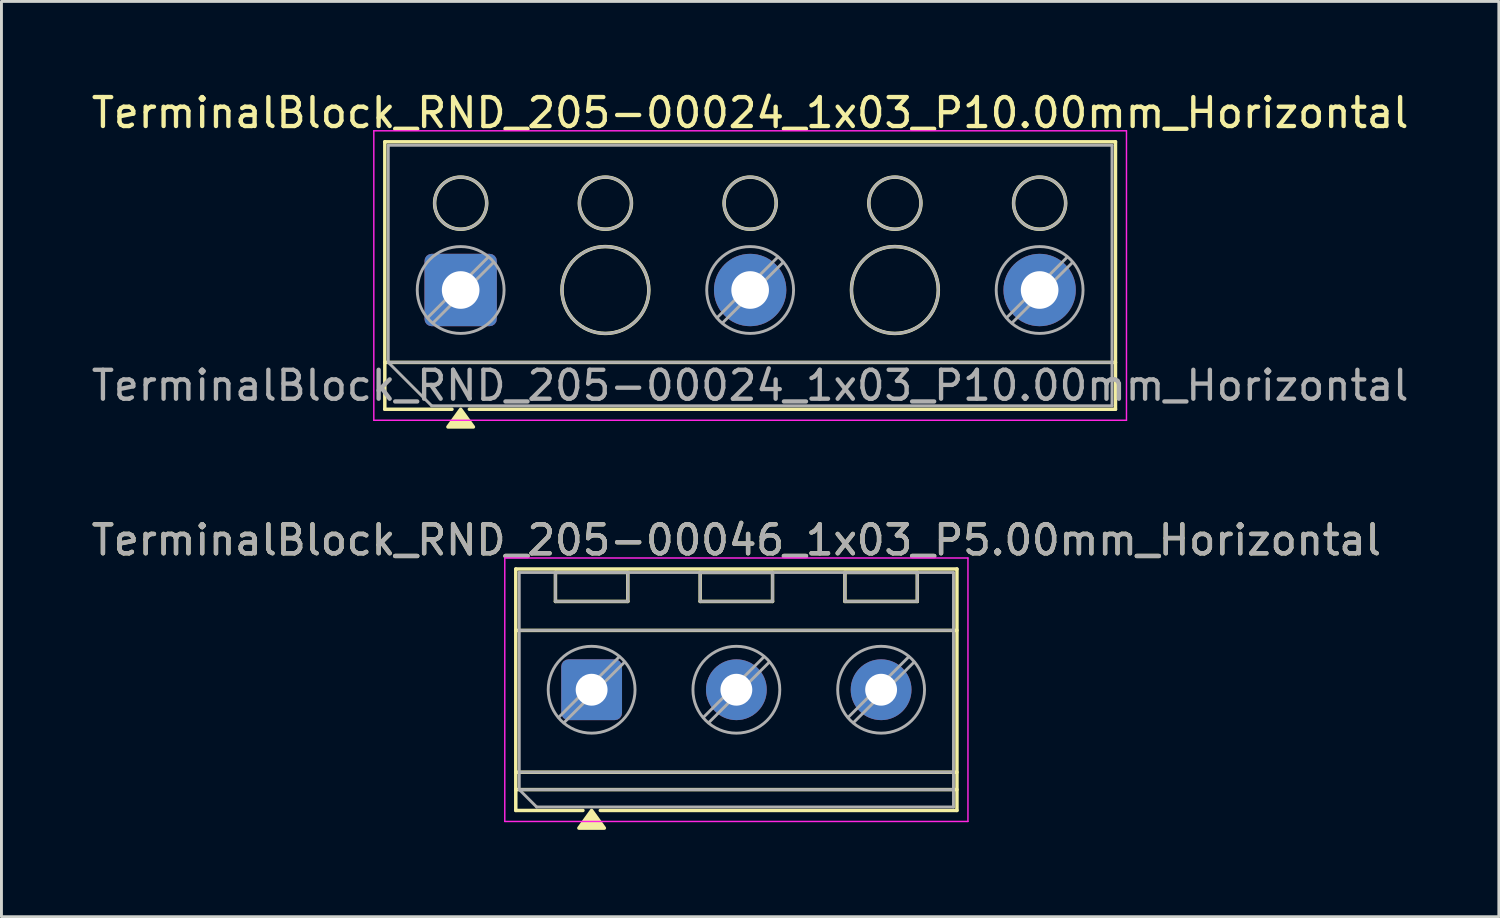
<source format=kicad_pcb>
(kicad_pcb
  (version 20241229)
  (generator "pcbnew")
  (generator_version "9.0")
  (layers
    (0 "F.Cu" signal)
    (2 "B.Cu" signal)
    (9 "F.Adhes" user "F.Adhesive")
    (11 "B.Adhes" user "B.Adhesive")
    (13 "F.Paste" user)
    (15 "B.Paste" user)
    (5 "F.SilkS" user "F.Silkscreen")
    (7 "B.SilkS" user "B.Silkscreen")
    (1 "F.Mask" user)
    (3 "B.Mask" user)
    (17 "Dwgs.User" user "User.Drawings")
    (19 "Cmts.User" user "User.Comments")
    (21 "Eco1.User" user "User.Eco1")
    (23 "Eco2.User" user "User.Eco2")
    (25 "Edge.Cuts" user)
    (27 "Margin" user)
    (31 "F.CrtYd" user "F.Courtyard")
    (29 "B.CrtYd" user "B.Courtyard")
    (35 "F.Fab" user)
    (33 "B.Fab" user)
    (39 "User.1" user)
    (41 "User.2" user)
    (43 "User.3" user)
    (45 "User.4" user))
  (footprint "TerminalBlock_RND_205-00024_1x03_P10.00mm_Horizontal"
    (layer "F.Cu")
    (at 12.863 6.968)
    (property "Reference" "TerminalBlock_RND_205-00024_1x03_P10.00mm_Horizontal" (at 10 -6.12 0) (layer "F.SilkS") (effects (font (size 1 1) (thickness 0.15))))
    (attr through_hole)
    (fp_line (start -2.62 -5.12) (end -2.62 4.12) (stroke (width 0.12) (type solid)) (layer "F.SilkS"))
    (fp_line (start -2.62 -5.12) (end 22.62 -5.12) (stroke (width 0.12) (type solid)) (layer "F.SilkS"))
    (fp_line (start -2.62 2.5) (end 22.62 2.5) (stroke (width 0.12) (type solid)) (layer "F.SilkS"))
    (fp_line (start -2.62 4.12) (end -0.3 4.12) (stroke (width 0.12) (type solid)) (layer "F.SilkS"))
    (fp_line (start 0.3 4.12) (end 22.62 4.12) (stroke (width 0.12) (type solid)) (layer "F.SilkS"))
    (fp_line (start 22.62 -5.12) (end 22.62 4.12) (stroke (width 0.12) (type solid)) (layer "F.SilkS"))
    (fp_circle (center 0 -3) (end 0.9 -3) (stroke (width 0.12) (type solid)) (fill no) (layer "F.SilkS"))
    (fp_circle (center 5 -3) (end 5.9 -3) (stroke (width 0.12) (type solid)) (fill no) (layer "F.SilkS"))
    (fp_circle (center 5 0) (end 6.5 0) (stroke (width 0.12) (type solid)) (fill no) (layer "F.SilkS"))
    (fp_circle (center 10 -3) (end 10.9 -3) (stroke (width 0.12) (type solid)) (fill no) (layer "F.SilkS"))
    (fp_circle (center 15 -3) (end 15.9 -3) (stroke (width 0.12) (type solid)) (fill no) (layer "F.SilkS"))
    (fp_circle (center 15 0) (end 16.5 0) (stroke (width 0.12) (type solid)) (fill no) (layer "F.SilkS"))
    (fp_circle (center 20 -3) (end 20.9 -3) (stroke (width 0.12) (type solid)) (fill no) (layer "F.SilkS"))
    (fp_poly (pts (xy 0 4.12) (xy 0.44 4.73) (xy -0.44 4.73)) (stroke (width 0.12) (type solid)) (fill yes) (layer "F.SilkS"))
    (fp_line (start -3 -5.5) (end -3 4.5) (stroke (width 0.05) (type solid)) (layer "F.CrtYd"))
    (fp_line (start -3 4.5) (end 23 4.5) (stroke (width 0.05) (type solid)) (layer "F.CrtYd"))
    (fp_line (start 23 -5.5) (end -3 -5.5) (stroke (width 0.05) (type solid)) (layer "F.CrtYd"))
    (fp_line (start 23 4.5) (end 23 -5.5) (stroke (width 0.05) (type solid)) (layer "F.CrtYd"))
    (fp_line (start -2.5 -5) (end 22.5 -5) (stroke (width 0.1) (type solid)) (layer "F.Fab"))
    (fp_line (start -2.5 2.5) (end -2.5 -5) (stroke (width 0.1) (type solid)) (layer "F.Fab"))
    (fp_line (start -2.5 2.5) (end 22.5 2.5) (stroke (width 0.1) (type solid)) (layer "F.Fab"))
    (fp_line (start -1 4) (end -2.5 2.5) (stroke (width 0.1) (type solid)) (layer "F.Fab"))
    (fp_line (start 0.955 -1.138) (end -1.138 0.954) (stroke (width 0.1) (type solid)) (layer "F.Fab"))
    (fp_line (start 1.138 -0.954) (end -0.955 1.137) (stroke (width 0.1) (type solid)) (layer "F.Fab"))
    (fp_line (start 10.955 -1.138) (end 8.862 0.954) (stroke (width 0.1) (type solid)) (layer "F.Fab"))
    (fp_line (start 11.138 -0.954) (end 9.045 1.137) (stroke (width 0.1) (type solid)) (layer "F.Fab"))
    (fp_line (start 20.955 -1.138) (end 18.862 0.954) (stroke (width 0.1) (type solid)) (layer "F.Fab"))
    (fp_line (start 21.138 -0.954) (end 19.045 1.137) (stroke (width 0.1) (type solid)) (layer "F.Fab"))
    (fp_line (start 22.5 -5) (end 22.5 4) (stroke (width 0.1) (type solid)) (layer "F.Fab"))
    (fp_line (start 22.5 4) (end -1 4) (stroke (width 0.1) (type solid)) (layer "F.Fab"))
    (fp_circle (center 0 -3) (end 0.9 -3) (stroke (width 0.1) (type solid)) (fill no) (layer "F.Fab"))
    (fp_circle (center 0 0) (end 1.5 0) (stroke (width 0.1) (type solid)) (fill no) (layer "F.Fab"))
    (fp_circle (center 5 -3) (end 5.9 -3) (stroke (width 0.1) (type solid)) (fill no) (layer "F.Fab"))
    (fp_circle (center 5 0) (end 6.5 0) (stroke (width 0.1) (type solid)) (fill no) (layer "F.Fab"))
    (fp_circle (center 10 -3) (end 10.9 -3) (stroke (width 0.1) (type solid)) (fill no) (layer "F.Fab"))
    (fp_circle (center 10 0) (end 11.5 0) (stroke (width 0.1) (type solid)) (fill no) (layer "F.Fab"))
    (fp_circle (center 15 -3) (end 15.9 -3) (stroke (width 0.1) (type solid)) (fill no) (layer "F.Fab"))
    (fp_circle (center 15 0) (end 16.5 0) (stroke (width 0.1) (type solid)) (fill no) (layer "F.Fab"))
    (fp_circle (center 20 -3) (end 20.9 -3) (stroke (width 0.1) (type solid)) (fill no) (layer "F.Fab"))
    (fp_circle (center 20 0) (end 21.5 0) (stroke (width 0.1) (type solid)) (fill no) (layer "F.Fab"))
    (fp_text user "${REFERENCE}" (at 10 3.3 0) (layer "F.Fab") (effects (font (size 1 1) (thickness 0.15))))
    (pad "1" thru_hole roundrect (at 0 0) (size 2.5 2.5) (drill 1.3) (layers "*.Cu" "*.Mask") (roundrect_rratio 0.1))
    (pad "2" thru_hole circle (at 10 0) (size 2.5 2.5) (drill 1.3) (layers "*.Cu" "*.Mask"))
    (pad "3" thru_hole circle (at 20 0) (size 2.5 2.5) (drill 1.3) (layers "*.Cu" "*.Mask")))
  (footprint "TerminalBlock_RND_205-00046_1x03_P5.00mm_Horizontal"
    (layer "F.Cu")
    (at 17.387 20.776)
    (property "Reference" "TerminalBlock_RND_205-00046_1x03_P5.00mm_Horizontal" (at 5 -5.17 0) (layer "F.SilkS") (effects (font (size 1 1) (thickness 0.15))))
    (attr through_hole)
    (fp_line (start -2.62 -4.17) (end -2.62 4.17) (stroke (width 0.12) (type solid)) (layer "F.SilkS"))
    (fp_line (start -2.62 -4.17) (end 12.62 -4.17) (stroke (width 0.12) (type solid)) (layer "F.SilkS"))
    (fp_line (start -2.62 -2.05) (end 12.62 -2.05) (stroke (width 0.12) (type solid)) (layer "F.SilkS"))
    (fp_line (start -2.62 2.85) (end 12.62 2.85) (stroke (width 0.12) (type solid)) (layer "F.SilkS"))
    (fp_line (start -2.62 3.45) (end 12.62 3.45) (stroke (width 0.12) (type solid)) (layer "F.SilkS"))
    (fp_line (start -2.62 4.17) (end -0.3 4.17) (stroke (width 0.12) (type solid)) (layer "F.SilkS"))
    (fp_line (start -1.25 -4.05) (end -1.25 -3.05) (stroke (width 0.12) (type solid)) (layer "F.SilkS"))
    (fp_line (start -1.25 -4.05) (end 1.25 -4.05) (stroke (width 0.12) (type solid)) (layer "F.SilkS"))
    (fp_line (start -1.25 -3.05) (end 1.25 -3.05) (stroke (width 0.12) (type solid)) (layer "F.SilkS"))
    (fp_line (start 0.3 4.17) (end 12.62 4.17) (stroke (width 0.12) (type solid)) (layer "F.SilkS"))
    (fp_line (start 1.25 -4.05) (end 1.25 -3.05) (stroke (width 0.12) (type solid)) (layer "F.SilkS"))
    (fp_line (start 3.75 -4.05) (end 3.75 -3.05) (stroke (width 0.12) (type solid)) (layer "F.SilkS"))
    (fp_line (start 3.75 -4.05) (end 6.25 -4.05) (stroke (width 0.12) (type solid)) (layer "F.SilkS"))
    (fp_line (start 3.75 -3.05) (end 6.25 -3.05) (stroke (width 0.12) (type solid)) (layer "F.SilkS"))
    (fp_line (start 6.25 -4.05) (end 6.25 -3.05) (stroke (width 0.12) (type solid)) (layer "F.SilkS"))
    (fp_line (start 8.75 -4.05) (end 8.75 -3.05) (stroke (width 0.12) (type solid)) (layer "F.SilkS"))
    (fp_line (start 8.75 -4.05) (end 11.25 -4.05) (stroke (width 0.12) (type solid)) (layer "F.SilkS"))
    (fp_line (start 8.75 -3.05) (end 11.25 -3.05) (stroke (width 0.12) (type solid)) (layer "F.SilkS"))
    (fp_line (start 11.25 -4.05) (end 11.25 -3.05) (stroke (width 0.12) (type solid)) (layer "F.SilkS"))
    (fp_line (start 12.62 -4.17) (end 12.62 4.17) (stroke (width 0.12) (type solid)) (layer "F.SilkS"))
    (fp_poly (pts (xy 0 4.17) (xy 0.44 4.78) (xy -0.44 4.78)) (stroke (width 0.12) (type solid)) (fill yes) (layer "F.SilkS"))
    (fp_line (start -3 -4.55) (end -3 4.55) (stroke (width 0.05) (type solid)) (layer "F.CrtYd"))
    (fp_line (start -3 4.55) (end 13 4.55) (stroke (width 0.05) (type solid)) (layer "F.CrtYd"))
    (fp_line (start 13 -4.55) (end -3 -4.55) (stroke (width 0.05) (type solid)) (layer "F.CrtYd"))
    (fp_line (start 13 4.55) (end 13 -4.55) (stroke (width 0.05) (type solid)) (layer "F.CrtYd"))
    (fp_line (start -2.5 -4.05) (end 12.5 -4.05) (stroke (width 0.1) (type solid)) (layer "F.Fab"))
    (fp_line (start -2.5 -2.05) (end 12.5 -2.05) (stroke (width 0.1) (type solid)) (layer "F.Fab"))
    (fp_line (start -2.5 2.85) (end 12.5 2.85) (stroke (width 0.1) (type solid)) (layer "F.Fab"))
    (fp_line (start -2.5 3.45) (end -2.5 -4.05) (stroke (width 0.1) (type solid)) (layer "F.Fab"))
    (fp_line (start -2.5 3.45) (end 12.5 3.45) (stroke (width 0.1) (type solid)) (layer "F.Fab"))
    (fp_line (start -1.9 4.05) (end -2.5 3.45) (stroke (width 0.1) (type solid)) (layer "F.Fab"))
    (fp_line (start -1.25 -4.05) (end -1.25 -3.05) (stroke (width 0.1) (type solid)) (layer "F.Fab"))
    (fp_line (start -1.25 -3.05) (end 1.25 -3.05) (stroke (width 0.1) (type solid)) (layer "F.Fab"))
    (fp_line (start 0.955 -1.138) (end -1.138 0.954) (stroke (width 0.1) (type solid)) (layer "F.Fab"))
    (fp_line (start 1.138 -0.954) (end -0.955 1.137) (stroke (width 0.1) (type solid)) (layer "F.Fab"))
    (fp_line (start 1.25 -4.05) (end -1.25 -4.05) (stroke (width 0.1) (type solid)) (layer "F.Fab"))
    (fp_line (start 1.25 -3.05) (end 1.25 -4.05) (stroke (width 0.1) (type solid)) (layer "F.Fab"))
    (fp_line (start 3.75 -4.05) (end 3.75 -3.05) (stroke (width 0.1) (type solid)) (layer "F.Fab"))
    (fp_line (start 3.75 -3.05) (end 6.25 -3.05) (stroke (width 0.1) (type solid)) (layer "F.Fab"))
    (fp_line (start 5.955 -1.138) (end 3.862 0.954) (stroke (width 0.1) (type solid)) (layer "F.Fab"))
    (fp_line (start 6.138 -0.954) (end 4.045 1.137) (stroke (width 0.1) (type solid)) (layer "F.Fab"))
    (fp_line (start 6.25 -4.05) (end 3.75 -4.05) (stroke (width 0.1) (type solid)) (layer "F.Fab"))
    (fp_line (start 6.25 -3.05) (end 6.25 -4.05) (stroke (width 0.1) (type solid)) (layer "F.Fab"))
    (fp_line (start 8.75 -4.05) (end 8.75 -3.05) (stroke (width 0.1) (type solid)) (layer "F.Fab"))
    (fp_line (start 8.75 -3.05) (end 11.25 -3.05) (stroke (width 0.1) (type solid)) (layer "F.Fab"))
    (fp_line (start 10.955 -1.138) (end 8.862 0.954) (stroke (width 0.1) (type solid)) (layer "F.Fab"))
    (fp_line (start 11.138 -0.954) (end 9.045 1.137) (stroke (width 0.1) (type solid)) (layer "F.Fab"))
    (fp_line (start 11.25 -4.05) (end 8.75 -4.05) (stroke (width 0.1) (type solid)) (layer "F.Fab"))
    (fp_line (start 11.25 -3.05) (end 11.25 -4.05) (stroke (width 0.1) (type solid)) (layer "F.Fab"))
    (fp_line (start 12.5 -4.05) (end 12.5 4.05) (stroke (width 0.1) (type solid)) (layer "F.Fab"))
    (fp_line (start 12.5 4.05) (end -1.9 4.05) (stroke (width 0.1) (type solid)) (layer "F.Fab"))
    (fp_circle (center 0 0) (end 1.5 0) (stroke (width 0.1) (type solid)) (fill no) (layer "F.Fab"))
    (fp_circle (center 5 0) (end 6.5 0) (stroke (width 0.1) (type solid)) (fill no) (layer "F.Fab"))
    (fp_circle (center 10 0) (end 11.5 0) (stroke (width 0.1) (type solid)) (fill no) (layer "F.Fab"))
    (fp_text user "${REFERENCE}" (at 5 -5.17 0) (layer "F.Fab") (effects (font (size 1 1) (thickness 0.15))))
    (pad "1" thru_hole roundrect (at 0 0) (size 2.1 2.1) (drill 1.1) (layers "*.Cu" "*.Mask") (roundrect_rratio 0.119))
    (pad "2" thru_hole circle (at 5 0) (size 2.1 2.1) (drill 1.1) (layers "*.Cu" "*.Mask"))
    (pad "3" thru_hole circle (at 10 0) (size 2.1 2.1) (drill 1.1) (layers "*.Cu" "*.Mask")))
  (gr_rect
    (start -3 -3)
    (end 48.726 28.616)
    (stroke (width 0.1) (type default))
    (fill no)
    (layer "Edge.Cuts")))
</source>
